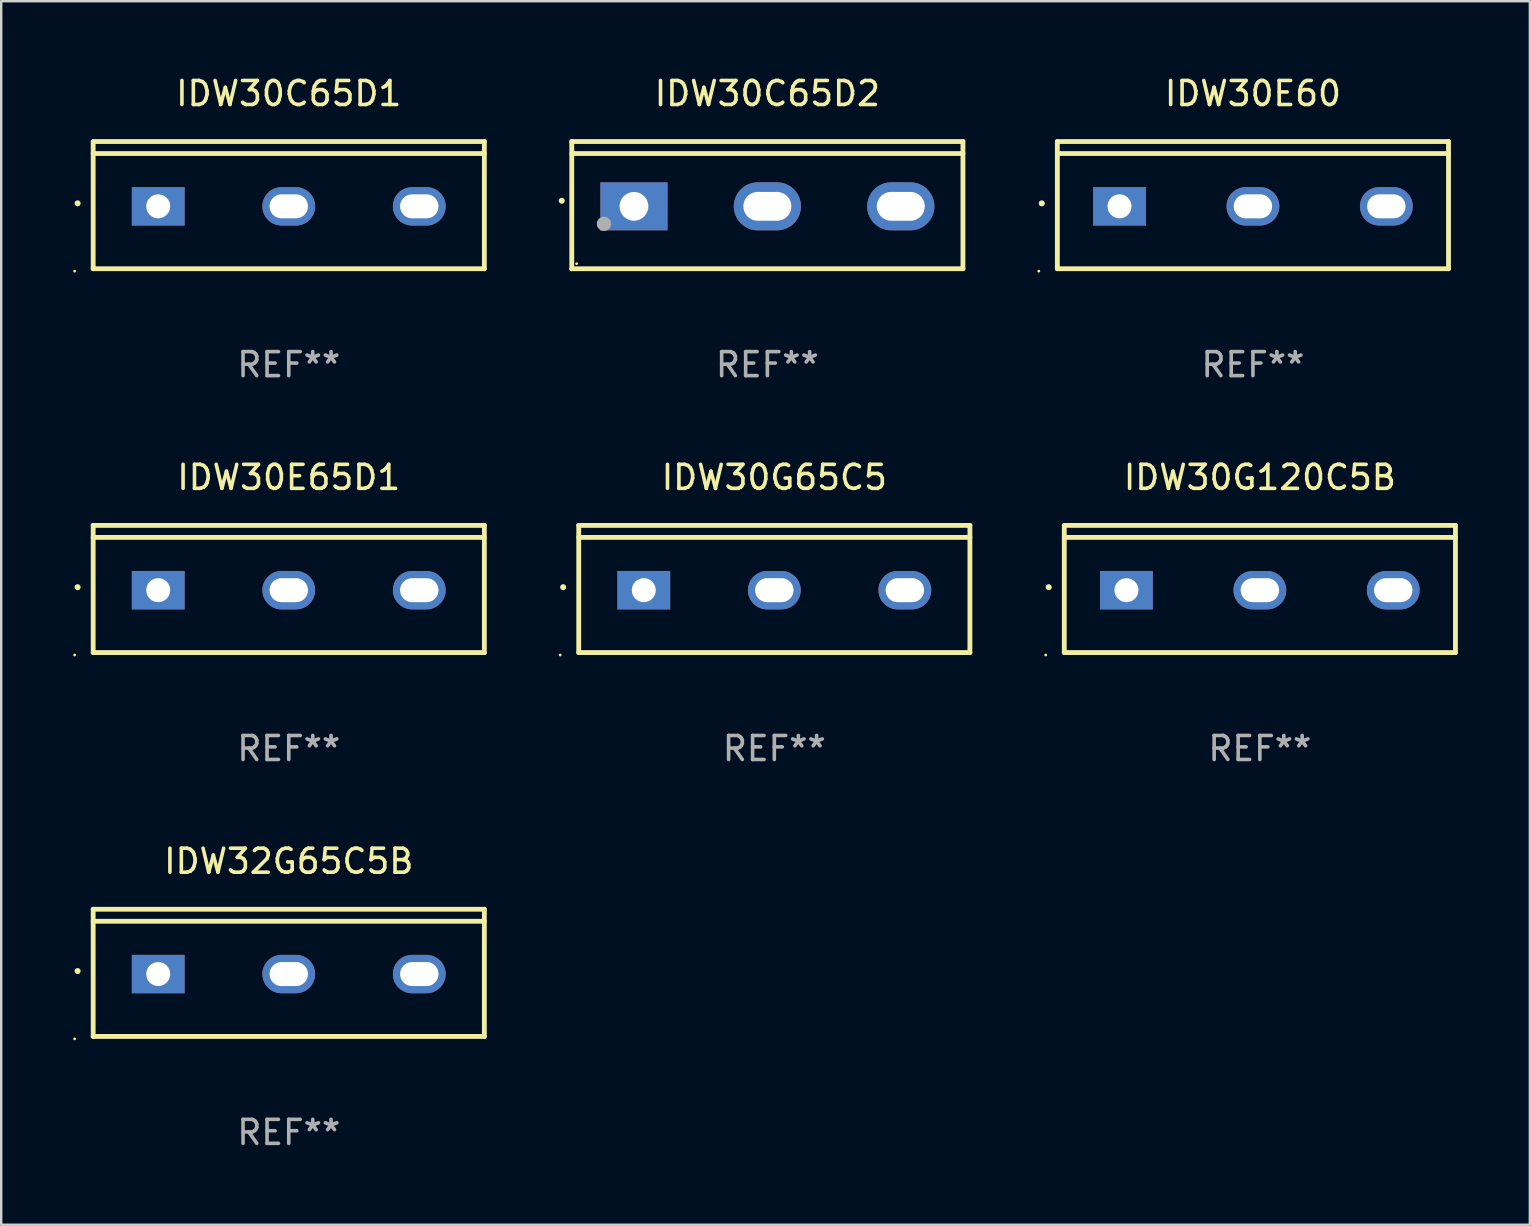
<source format=kicad_pcb>
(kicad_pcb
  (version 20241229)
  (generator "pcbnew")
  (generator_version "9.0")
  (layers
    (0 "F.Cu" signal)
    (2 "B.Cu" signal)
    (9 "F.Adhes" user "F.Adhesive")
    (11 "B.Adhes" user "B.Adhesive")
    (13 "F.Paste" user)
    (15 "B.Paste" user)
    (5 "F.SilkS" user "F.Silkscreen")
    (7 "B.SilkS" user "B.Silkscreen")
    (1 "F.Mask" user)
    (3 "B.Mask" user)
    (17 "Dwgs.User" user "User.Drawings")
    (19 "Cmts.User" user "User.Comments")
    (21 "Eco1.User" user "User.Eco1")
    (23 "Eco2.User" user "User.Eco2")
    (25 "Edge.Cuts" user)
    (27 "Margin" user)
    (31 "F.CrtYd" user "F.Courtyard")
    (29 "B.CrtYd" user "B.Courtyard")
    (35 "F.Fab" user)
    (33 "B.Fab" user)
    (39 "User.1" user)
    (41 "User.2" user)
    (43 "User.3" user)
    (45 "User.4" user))
  (footprint "IDW30E65D1"
    (layer "F.Cu")
    (at 8.984 21.496)
    (property "Reference" "IDW30E65D1" (at 0 -4.65 0) (layer "F.SilkS") (effects (font (size 1 1) (thickness 0.15))))
    (attr through_hole)
    (fp_line (start -8.151 -2.65) (end -8.151 2.65) (stroke (width 0.201) (type solid)) (layer "F.SilkS"))
    (fp_line (start 8.151 -2.65) (end -8.151 -2.65) (stroke (width 0.201) (type solid)) (layer "F.SilkS"))
    (fp_line (start 8.151 -2.15) (end -8.151 -2.15) (stroke (width 0.201) (type solid)) (layer "F.SilkS"))
    (fp_line (start 8.151 2.65) (end -8.151 2.65) (stroke (width 0.201) (type solid)) (layer "F.SilkS"))
    (fp_line (start 8.151 2.65) (end 8.151 -2.65) (stroke (width 0.201) (type solid)) (layer "F.SilkS"))
    (fp_arc (start -8.801118 -0.074943) (mid -8.799848 -0.074949) (end -8.798578 -0.074943) (stroke (width 0.24892) (type solid)) (layer "F.SilkS"))
    (fp_circle (center -8.924 2.751) (end -8.894 2.751) (stroke (width 0.06) (type solid)) (fill no) (layer "F.SilkS"))
    (fp_text user "REF**" (at 0 6.65 0) (layer "F.Fab") (effects (font (size 1 1) (thickness 0.15))))
    (pad "1" thru_hole rect (at -5.44 0.05 90) (size 1.6 2.2) (drill 1) (layers "*.Cu" "*.Mask"))
    (pad "2" thru_hole oval (at 0 0.05 90) (size 1.6 2.2) (drill oval 1 1.6) (layers "*.Cu" "*.Mask"))
    (pad "3" thru_hole oval (at 5.44 0.05 90) (size 1.6 2.2) (drill oval 1 1.6) (layers "*.Cu" "*.Mask")))
  (footprint "IDW30G120C5B"
    (layer "F.Cu")
    (at 49.455 21.496)
    (property "Reference" "IDW30G120C5B" (at 0 -4.65 0) (layer "F.SilkS") (effects (font (size 1 1) (thickness 0.15))))
    (attr through_hole)
    (fp_line (start -8.151 -2.65) (end -8.151 2.65) (stroke (width 0.201) (type solid)) (layer "F.SilkS"))
    (fp_line (start 8.151 -2.65) (end -8.151 -2.65) (stroke (width 0.201) (type solid)) (layer "F.SilkS"))
    (fp_line (start 8.151 -2.15) (end -8.151 -2.15) (stroke (width 0.201) (type solid)) (layer "F.SilkS"))
    (fp_line (start 8.151 2.65) (end -8.151 2.65) (stroke (width 0.201) (type solid)) (layer "F.SilkS"))
    (fp_line (start 8.151 2.65) (end 8.151 -2.65) (stroke (width 0.201) (type solid)) (layer "F.SilkS"))
    (fp_arc (start -8.801118 -0.074943) (mid -8.799848 -0.074949) (end -8.798578 -0.074943) (stroke (width 0.24892) (type solid)) (layer "F.SilkS"))
    (fp_circle (center -8.924 2.751) (end -8.894 2.751) (stroke (width 0.06) (type solid)) (fill no) (layer "F.SilkS"))
    (fp_text user "REF**" (at 0 6.65 0) (layer "F.Fab") (effects (font (size 1 1) (thickness 0.15))))
    (pad "1" thru_hole rect (at -5.56 0.05 90) (size 1.6 2.2) (drill 1) (layers "*.Cu" "*.Mask"))
    (pad "2" thru_hole oval (at 0 0.05 90) (size 1.6 2.2) (drill oval 1 1.6) (layers "*.Cu" "*.Mask"))
    (pad "3" thru_hole oval (at 5.56 0.05 90) (size 1.6 2.2) (drill oval 1 1.6) (layers "*.Cu" "*.Mask")))
  (footprint "IDW30C65D2"
    (layer "F.Cu")
    (at 28.93 5.499)
    (property "Reference" "IDW30C65D2" (at 0 -4.65 0) (layer "F.SilkS") (effects (font (size 1 1) (thickness 0.15))))
    (attr through_hole)
    (fp_line (start -8.151 -2.65) (end -8.151 2.65) (stroke (width 0.201) (type solid)) (layer "F.SilkS"))
    (fp_line (start 8.151 -2.65) (end -8.151 -2.65) (stroke (width 0.201) (type solid)) (layer "F.SilkS"))
    (fp_line (start 8.151 -2.15) (end -8.151 -2.15) (stroke (width 0.201) (type solid)) (layer "F.SilkS"))
    (fp_line (start 8.151 2.65) (end -8.151 2.65) (stroke (width 0.201) (type solid)) (layer "F.SilkS"))
    (fp_line (start 8.151 2.65) (end 8.151 -2.65) (stroke (width 0.201) (type solid)) (layer "F.SilkS"))
    (fp_arc (start -8.570003 -0.18048) (mid -8.568733 -0.180486) (end -8.567463 -0.18048) (stroke (width 0.24892) (type solid)) (layer "F.SilkS"))
    (fp_circle (center -7.95 2.44) (end -7.92 2.44) (stroke (width 0.06) (type solid)) (fill no) (layer "F.SilkS"))
    (fp_circle (center -6.81 0.78) (end -6.66 0.78) (stroke (width 0.3) (type solid)) (fill no) (layer "F.Fab"))
    (fp_text user "REF**" (at 0 6.65 0) (layer "F.Fab") (effects (font (size 1 1) (thickness 0.15))))
    (pad "1" thru_hole rect (at -5.56 0.05 90) (size 2 2.8) (drill 1.2) (layers "*.Cu" "*.Mask"))
    (pad "2" thru_hole oval (at 0 0.05 90) (size 2 2.8) (drill oval 1.2 2) (layers "*.Cu" "*.Mask"))
    (pad "3" thru_hole oval (at 5.56 0.05 90) (size 2 2.8) (drill oval 1.2 2) (layers "*.Cu" "*.Mask")))
  (footprint "IDW30C65D1"
    (layer "F.Cu")
    (at 8.984 5.499)
    (property "Reference" "IDW30C65D1" (at 0 -4.65 0) (layer "F.SilkS") (effects (font (size 1 1) (thickness 0.15))))
    (attr through_hole)
    (fp_line (start -8.151 -2.65) (end -8.151 2.65) (stroke (width 0.201) (type solid)) (layer "F.SilkS"))
    (fp_line (start 8.151 -2.65) (end -8.151 -2.65) (stroke (width 0.201) (type solid)) (layer "F.SilkS"))
    (fp_line (start 8.151 -2.15) (end -8.151 -2.15) (stroke (width 0.201) (type solid)) (layer "F.SilkS"))
    (fp_line (start 8.151 2.65) (end -8.151 2.65) (stroke (width 0.201) (type solid)) (layer "F.SilkS"))
    (fp_line (start 8.151 2.65) (end 8.151 -2.65) (stroke (width 0.201) (type solid)) (layer "F.SilkS"))
    (fp_arc (start -8.801118 -0.074943) (mid -8.799848 -0.074949) (end -8.798578 -0.074943) (stroke (width 0.24892) (type solid)) (layer "F.SilkS"))
    (fp_circle (center -8.924 2.751) (end -8.894 2.751) (stroke (width 0.06) (type solid)) (fill no) (layer "F.SilkS"))
    (fp_text user "REF**" (at 0 6.65 0) (layer "F.Fab") (effects (font (size 1 1) (thickness 0.15))))
    (pad "1" thru_hole rect (at -5.44 0.05 90) (size 1.6 2.2) (drill 1) (layers "*.Cu" "*.Mask"))
    (pad "2" thru_hole oval (at 0 0.05 90) (size 1.6 2.2) (drill oval 1 1.6) (layers "*.Cu" "*.Mask"))
    (pad "3" thru_hole oval (at 5.44 0.05 90) (size 1.6 2.2) (drill oval 1 1.6) (layers "*.Cu" "*.Mask")))
  (footprint "IDW30E60"
    (layer "F.Cu")
    (at 49.166 5.499)
    (property "Reference" "IDW30E60" (at 0 -4.65 0) (layer "F.SilkS") (effects (font (size 1 1) (thickness 0.15))))
    (attr through_hole)
    (fp_line (start -8.151 -2.65) (end -8.151 2.65) (stroke (width 0.201) (type solid)) (layer "F.SilkS"))
    (fp_line (start 8.151 -2.65) (end -8.151 -2.65) (stroke (width 0.201) (type solid)) (layer "F.SilkS"))
    (fp_line (start 8.151 -2.15) (end -8.151 -2.15) (stroke (width 0.201) (type solid)) (layer "F.SilkS"))
    (fp_line (start 8.151 2.65) (end -8.151 2.65) (stroke (width 0.201) (type solid)) (layer "F.SilkS"))
    (fp_line (start 8.151 2.65) (end 8.151 -2.65) (stroke (width 0.201) (type solid)) (layer "F.SilkS"))
    (fp_arc (start -8.801118 -0.074943) (mid -8.799848 -0.074949) (end -8.798578 -0.074943) (stroke (width 0.24892) (type solid)) (layer "F.SilkS"))
    (fp_circle (center -8.924 2.751) (end -8.894 2.751) (stroke (width 0.06) (type solid)) (fill no) (layer "F.SilkS"))
    (fp_text user "REF**" (at 0 6.65 0) (layer "F.Fab") (effects (font (size 1 1) (thickness 0.15))))
    (pad "1" thru_hole rect (at -5.56 0.05 90) (size 1.6 2.2) (drill 1) (layers "*.Cu" "*.Mask"))
    (pad "2" thru_hole oval (at 0 0.05 90) (size 1.6 2.2) (drill oval 1 1.6) (layers "*.Cu" "*.Mask"))
    (pad "3" thru_hole oval (at 5.56 0.05 90) (size 1.6 2.2) (drill oval 1 1.6) (layers "*.Cu" "*.Mask")))
  (footprint "IDW30G65C5"
    (layer "F.Cu")
    (at 29.22 21.496)
    (property "Reference" "IDW30G65C5" (at 0 -4.65 0) (layer "F.SilkS") (effects (font (size 1 1) (thickness 0.15))))
    (attr through_hole)
    (fp_line (start -8.151 -2.65) (end -8.151 2.65) (stroke (width 0.201) (type solid)) (layer "F.SilkS"))
    (fp_line (start 8.151 -2.65) (end -8.151 -2.65) (stroke (width 0.201) (type solid)) (layer "F.SilkS"))
    (fp_line (start 8.151 -2.15) (end -8.151 -2.15) (stroke (width 0.201) (type solid)) (layer "F.SilkS"))
    (fp_line (start 8.151 2.65) (end -8.151 2.65) (stroke (width 0.201) (type solid)) (layer "F.SilkS"))
    (fp_line (start 8.151 2.65) (end 8.151 -2.65) (stroke (width 0.201) (type solid)) (layer "F.SilkS"))
    (fp_arc (start -8.801118 -0.074943) (mid -8.799848 -0.074949) (end -8.798578 -0.074943) (stroke (width 0.24892) (type solid)) (layer "F.SilkS"))
    (fp_circle (center -8.924 2.751) (end -8.894 2.751) (stroke (width 0.06) (type solid)) (fill no) (layer "F.SilkS"))
    (fp_text user "REF**" (at 0 6.65 0) (layer "F.Fab") (effects (font (size 1 1) (thickness 0.15))))
    (pad "1" thru_hole rect (at -5.44 0.05 90) (size 1.6 2.2) (drill 1) (layers "*.Cu" "*.Mask"))
    (pad "2" thru_hole oval (at 0 0.05 90) (size 1.6 2.2) (drill oval 1 1.6) (layers "*.Cu" "*.Mask"))
    (pad "3" thru_hole oval (at 5.44 0.05 90) (size 1.6 2.2) (drill oval 1 1.6) (layers "*.Cu" "*.Mask")))
  (footprint "IDW32G65C5B"
    (layer "F.Cu")
    (at 8.984 37.494)
    (property "Reference" "IDW32G65C5B" (at 0 -4.65 0) (layer "F.SilkS") (effects (font (size 1 1) (thickness 0.15))))
    (attr through_hole)
    (fp_line (start -8.151 -2.65) (end -8.151 2.65) (stroke (width 0.201) (type solid)) (layer "F.SilkS"))
    (fp_line (start 8.151 -2.65) (end -8.151 -2.65) (stroke (width 0.201) (type solid)) (layer "F.SilkS"))
    (fp_line (start 8.151 -2.15) (end -8.151 -2.15) (stroke (width 0.201) (type solid)) (layer "F.SilkS"))
    (fp_line (start 8.151 2.65) (end -8.151 2.65) (stroke (width 0.201) (type solid)) (layer "F.SilkS"))
    (fp_line (start 8.151 2.65) (end 8.151 -2.65) (stroke (width 0.201) (type solid)) (layer "F.SilkS"))
    (fp_arc (start -8.801118 -0.074943) (mid -8.799848 -0.074949) (end -8.798578 -0.074943) (stroke (width 0.24892) (type solid)) (layer "F.SilkS"))
    (fp_circle (center -8.924 2.751) (end -8.894 2.751) (stroke (width 0.06) (type solid)) (fill no) (layer "F.SilkS"))
    (fp_text user "REF**" (at 0 6.65 0) (layer "F.Fab") (effects (font (size 1 1) (thickness 0.15))))
    (pad "1" thru_hole rect (at -5.44 0.05 90) (size 1.6 2.2) (drill 1) (layers "*.Cu" "*.Mask"))
    (pad "2" thru_hole oval (at 0 0.05 90) (size 1.6 2.2) (drill oval 1 1.6) (layers "*.Cu" "*.Mask"))
    (pad "3" thru_hole oval (at 5.44 0.05 90) (size 1.6 2.2) (drill oval 1 1.6) (layers "*.Cu" "*.Mask")))
  (gr_rect
    (start -3 -3)
    (end 60.707 47.992)
    (stroke (width 0.1) (type default))
    (fill no)
    (layer "Edge.Cuts")))
</source>
